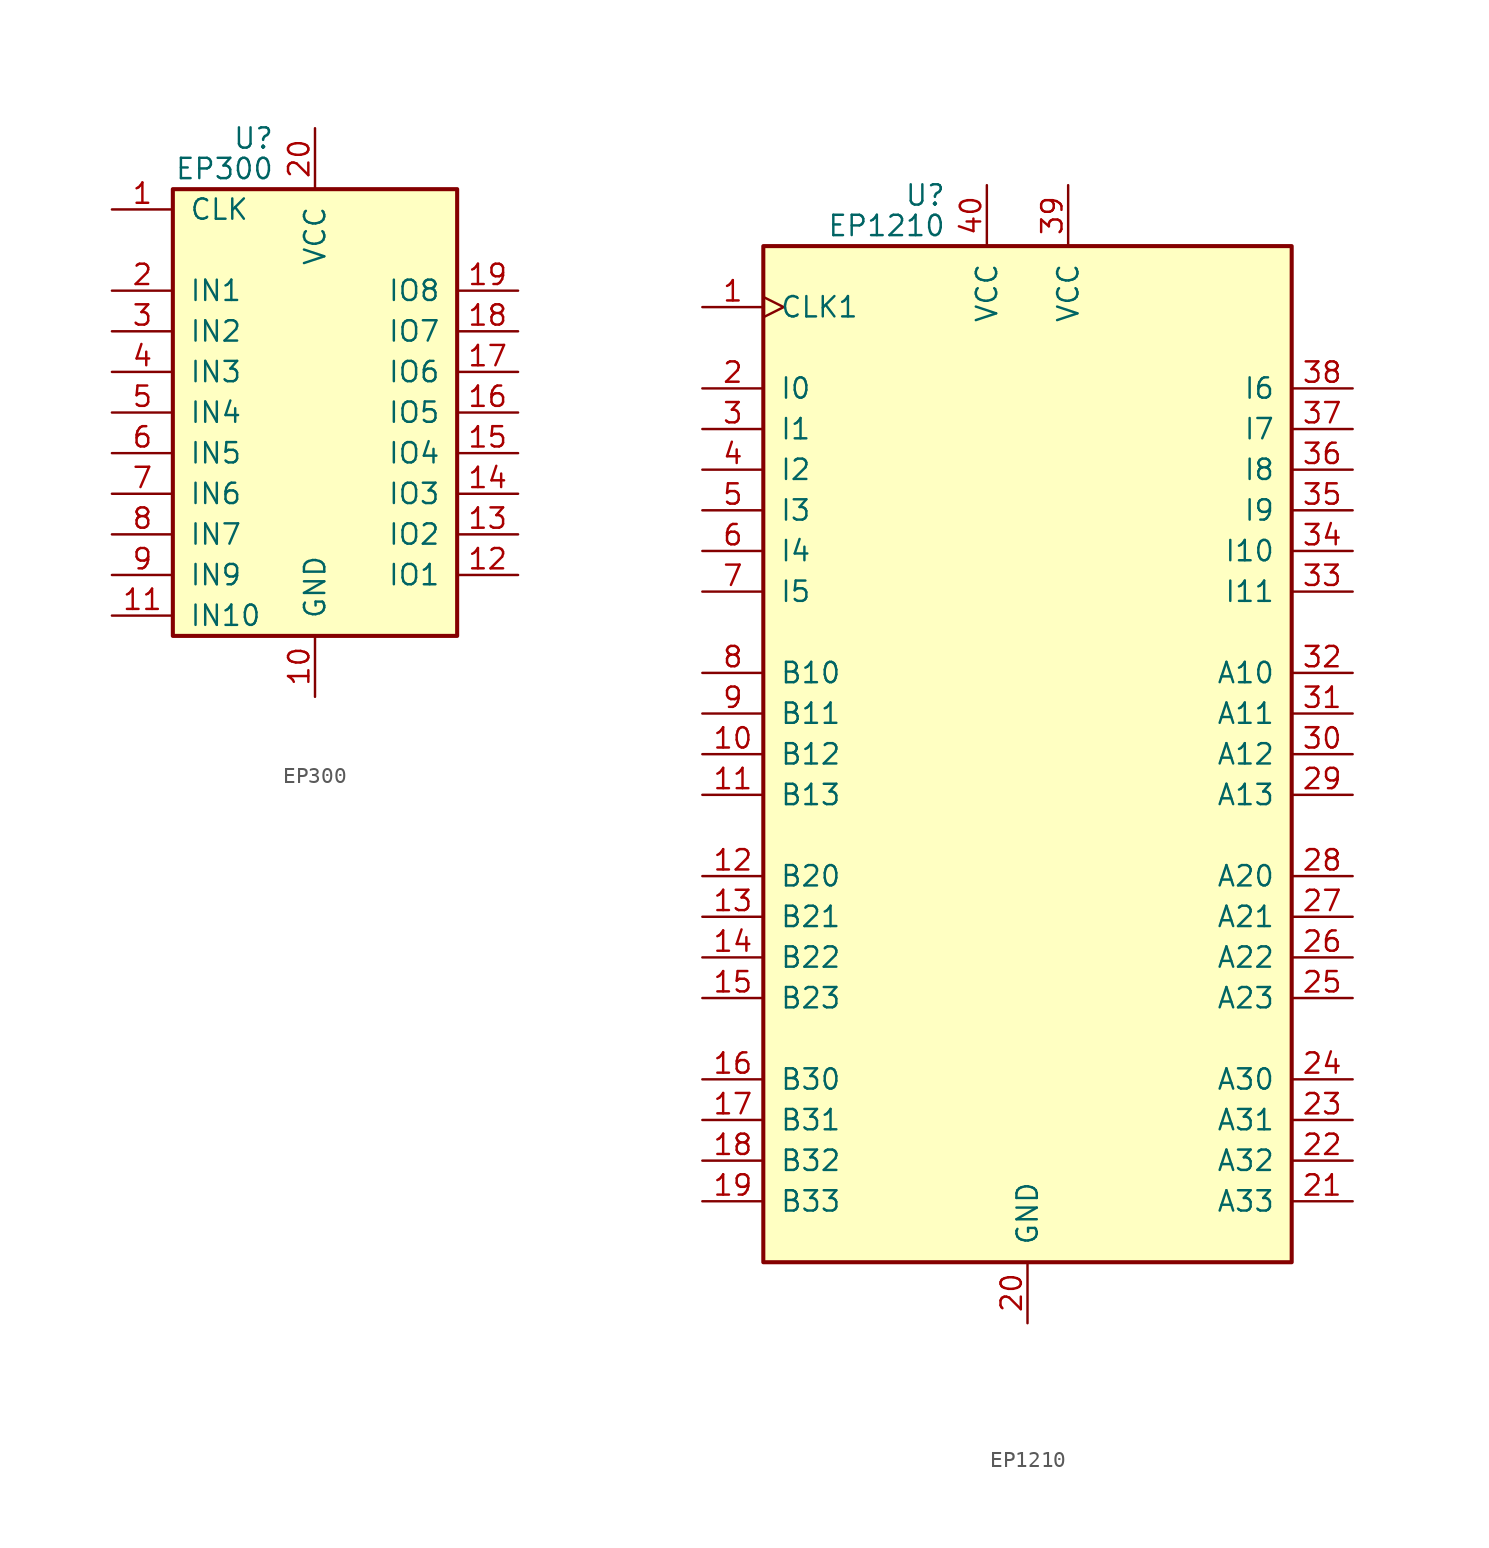
<source format=kicad_sym>
(kicad_symbol_lib
  (version 20201005)
  (generator kicad_symbol_editor)
  (symbol "CPLD_Altera:EP300"
    (pin_names
      (offset 1.016))
    (property "Reference" "U"
      (at -2.54 17.145 0)
      (effects (font (size 1.27 1.27)) (justify right)))
    (property "Value" "EP300"
      (at -2.54 15.24 0)
      (effects (font (size 1.27 1.27)) (justify right)))
    (symbol "EP300_0_1"
      (rectangle (start -8.89 -13.97) (end 8.89 13.97) (stroke (width 0.254)) (fill (type background))))
    (symbol "EP300_1_1"
      (pin input line (at -12.7 12.7 0) (length 3.81) (name "CLK" (effects (font (size 1.27 1.27)))) (number "1" (effects (font (size 1.27 1.27)))))
      (pin input line (at -12.7 7.62 0) (length 3.81) (name "IN1" (effects (font (size 1.27 1.27)))) (number "2" (effects (font (size 1.27 1.27)))))
      (pin input line (at -12.7 5.08 0) (length 3.81) (name "IN2" (effects (font (size 1.27 1.27)))) (number "3" (effects (font (size 1.27 1.27)))))
      (pin input line (at -12.7 2.54 0) (length 3.81) (name "IN3" (effects (font (size 1.27 1.27)))) (number "4" (effects (font (size 1.27 1.27)))))
      (pin input line (at -12.7 0 0) (length 3.81) (name "IN4" (effects (font (size 1.27 1.27)))) (number "5" (effects (font (size 1.27 1.27)))))
      (pin input line (at -12.7 -2.54 0) (length 3.81) (name "IN5" (effects (font (size 1.27 1.27)))) (number "6" (effects (font (size 1.27 1.27)))))
      (pin input line (at -12.7 -5.08 0) (length 3.81) (name "IN6" (effects (font (size 1.27 1.27)))) (number "7" (effects (font (size 1.27 1.27)))))
      (pin input line (at -12.7 -7.62 0) (length 3.81) (name "IN7" (effects (font (size 1.27 1.27)))) (number "8" (effects (font (size 1.27 1.27)))))
      (pin input line (at -12.7 -10.16 0) (length 3.81) (name "IN9" (effects (font (size 1.27 1.27)))) (number "9" (effects (font (size 1.27 1.27)))))
      (pin power_in line (at 0 -17.78 90) (length 3.81) (name "GND" (effects (font (size 1.27 1.27)))) (number "10" (effects (font (size 1.27 1.27)))))
      (pin power_in line (at 0 17.78 270) (length 3.81) (name "VCC" (effects (font (size 1.27 1.27)))) (number "20" (effects (font (size 1.27 1.27)))))
      (pin input line (at -12.7 -12.7 0) (length 3.81) (name "IN10" (effects (font (size 1.27 1.27)))) (number "11" (effects (font (size 1.27 1.27)))))
      (pin input line (at 12.7 -10.16 180) (length 3.81) (name "IO1" (effects (font (size 1.27 1.27)))) (number "12" (effects (font (size 1.27 1.27)))))
      (pin input line (at 12.7 -7.62 180) (length 3.81) (name "IO2" (effects (font (size 1.27 1.27)))) (number "13" (effects (font (size 1.27 1.27)))))
      (pin input line (at 12.7 -5.08 180) (length 3.81) (name "IO3" (effects (font (size 1.27 1.27)))) (number "14" (effects (font (size 1.27 1.27)))))
      (pin input line (at 12.7 -2.54 180) (length 3.81) (name "IO4" (effects (font (size 1.27 1.27)))) (number "15" (effects (font (size 1.27 1.27)))))
      (pin input line (at 12.7 0 180) (length 3.81) (name "IO5" (effects (font (size 1.27 1.27)))) (number "16" (effects (font (size 1.27 1.27)))))
      (pin input line (at 12.7 2.54 180) (length 3.81) (name "IO6" (effects (font (size 1.27 1.27)))) (number "17" (effects (font (size 1.27 1.27)))))
      (pin input line (at 12.7 5.08 180) (length 3.81) (name "IO7" (effects (font (size 1.27 1.27)))) (number "18" (effects (font (size 1.27 1.27)))))
      (pin input line (at 12.7 7.62 180) (length 3.81) (name "IO8" (effects (font (size 1.27 1.27)))) (number "19" (effects (font (size 1.27 1.27)))))))
  (symbol "CPLD_Altera:EP1210"
    (pin_names
      (offset 1.016))
    (property "Reference" "U"
      (at -5.08 34.925 0)
      (effects (font (size 1.27 1.27)) (justify right)))
    (property "Value" "EP1210"
      (at -5.08 33.02 0)
      (effects (font (size 1.27 1.27)) (justify right)))
    (symbol "EP1210_0_1"
      (rectangle (start -16.51 -31.75) (end 16.51 31.75) (stroke (width 0.254)) (fill (type background))))
    (symbol "EP1210_1_1"
      (pin input clock (at -20.32 27.94 0) (length 3.81) (name "CLK1" (effects (font (size 1.27 1.27)))) (number "1" (effects (font (size 1.27 1.27)))))
      (pin input line (at -20.32 22.86 0) (length 3.81) (name "I0" (effects (font (size 1.27 1.27)))) (number "2" (effects (font (size 1.27 1.27)))))
      (pin input line (at -20.32 20.32 0) (length 3.81) (name "I1" (effects (font (size 1.27 1.27)))) (number "3" (effects (font (size 1.27 1.27)))))
      (pin input line (at -20.32 17.78 0) (length 3.81) (name "I2" (effects (font (size 1.27 1.27)))) (number "4" (effects (font (size 1.27 1.27)))))
      (pin input line (at -20.32 15.24 0) (length 3.81) (name "I3" (effects (font (size 1.27 1.27)))) (number "5" (effects (font (size 1.27 1.27)))))
      (pin input line (at -20.32 12.7 0) (length 3.81) (name "I4" (effects (font (size 1.27 1.27)))) (number "6" (effects (font (size 1.27 1.27)))))
      (pin input line (at -20.32 10.16 0) (length 3.81) (name "I5" (effects (font (size 1.27 1.27)))) (number "7" (effects (font (size 1.27 1.27)))))
      (pin input line (at -20.32 5.08 0) (length 3.81) (name "B10" (effects (font (size 1.27 1.27)))) (number "8" (effects (font (size 1.27 1.27)))))
      (pin input line (at -20.32 2.54 0) (length 3.81) (name "B11" (effects (font (size 1.27 1.27)))) (number "9" (effects (font (size 1.27 1.27)))))
      (pin input line (at -20.32 0 0) (length 3.81) (name "B12" (effects (font (size 1.27 1.27)))) (number "10" (effects (font (size 1.27 1.27)))))
      (pin power_in line (at 0 -35.56 90) (length 3.81) (name "GND" (effects (font (size 1.27 1.27)))) (number "20" (effects (font (size 1.27 1.27)))))
      (pin input line (at 20.32 0 180) (length 3.81) (name "A12" (effects (font (size 1.27 1.27)))) (number "30" (effects (font (size 1.27 1.27)))))
      (pin power_in line (at -2.54 35.56 270) (length 3.81) (name "VCC" (effects (font (size 1.27 1.27)))) (number "40" (effects (font (size 1.27 1.27)))))
      (pin input line (at -20.32 -2.54 0) (length 3.81) (name "B13" (effects (font (size 1.27 1.27)))) (number "11" (effects (font (size 1.27 1.27)))))
      (pin input line (at 20.32 -27.94 180) (length 3.81) (name "A33" (effects (font (size 1.27 1.27)))) (number "21" (effects (font (size 1.27 1.27)))))
      (pin input line (at 20.32 2.54 180) (length 3.81) (name "A11" (effects (font (size 1.27 1.27)))) (number "31" (effects (font (size 1.27 1.27)))))
      (pin input line (at -20.32 -7.62 0) (length 3.81) (name "B20" (effects (font (size 1.27 1.27)))) (number "12" (effects (font (size 1.27 1.27)))))
      (pin input line (at 20.32 -25.4 180) (length 3.81) (name "A32" (effects (font (size 1.27 1.27)))) (number "22" (effects (font (size 1.27 1.27)))))
      (pin input line (at 20.32 5.08 180) (length 3.81) (name "A10" (effects (font (size 1.27 1.27)))) (number "32" (effects (font (size 1.27 1.27)))))
      (pin input line (at -20.32 -10.16 0) (length 3.81) (name "B21" (effects (font (size 1.27 1.27)))) (number "13" (effects (font (size 1.27 1.27)))))
      (pin input line (at 20.32 -22.86 180) (length 3.81) (name "A31" (effects (font (size 1.27 1.27)))) (number "23" (effects (font (size 1.27 1.27)))))
      (pin input line (at 20.32 10.16 180) (length 3.81) (name "I11" (effects (font (size 1.27 1.27)))) (number "33" (effects (font (size 1.27 1.27)))))
      (pin input line (at -20.32 -12.7 0) (length 3.81) (name "B22" (effects (font (size 1.27 1.27)))) (number "14" (effects (font (size 1.27 1.27)))))
      (pin input line (at 20.32 -20.32 180) (length 3.81) (name "A30" (effects (font (size 1.27 1.27)))) (number "24" (effects (font (size 1.27 1.27)))))
      (pin input line (at 20.32 12.7 180) (length 3.81) (name "I10" (effects (font (size 1.27 1.27)))) (number "34" (effects (font (size 1.27 1.27)))))
      (pin input line (at -20.32 -15.24 0) (length 3.81) (name "B23" (effects (font (size 1.27 1.27)))) (number "15" (effects (font (size 1.27 1.27)))))
      (pin input line (at 20.32 -15.24 180) (length 3.81) (name "A23" (effects (font (size 1.27 1.27)))) (number "25" (effects (font (size 1.27 1.27)))))
      (pin input line (at 20.32 15.24 180) (length 3.81) (name "I9" (effects (font (size 1.27 1.27)))) (number "35" (effects (font (size 1.27 1.27)))))
      (pin input line (at -20.32 -20.32 0) (length 3.81) (name "B30" (effects (font (size 1.27 1.27)))) (number "16" (effects (font (size 1.27 1.27)))))
      (pin input line (at 20.32 -12.7 180) (length 3.81) (name "A22" (effects (font (size 1.27 1.27)))) (number "26" (effects (font (size 1.27 1.27)))))
      (pin input line (at 20.32 17.78 180) (length 3.81) (name "I8" (effects (font (size 1.27 1.27)))) (number "36" (effects (font (size 1.27 1.27)))))
      (pin input line (at -20.32 -22.86 0) (length 3.81) (name "B31" (effects (font (size 1.27 1.27)))) (number "17" (effects (font (size 1.27 1.27)))))
      (pin input line (at 20.32 -10.16 180) (length 3.81) (name "A21" (effects (font (size 1.27 1.27)))) (number "27" (effects (font (size 1.27 1.27)))))
      (pin input line (at 20.32 20.32 180) (length 3.81) (name "I7" (effects (font (size 1.27 1.27)))) (number "37" (effects (font (size 1.27 1.27)))))
      (pin input line (at -20.32 -25.4 0) (length 3.81) (name "B32" (effects (font (size 1.27 1.27)))) (number "18" (effects (font (size 1.27 1.27)))))
      (pin input line (at 20.32 -7.62 180) (length 3.81) (name "A20" (effects (font (size 1.27 1.27)))) (number "28" (effects (font (size 1.27 1.27)))))
      (pin input line (at 20.32 22.86 180) (length 3.81) (name "I6" (effects (font (size 1.27 1.27)))) (number "38" (effects (font (size 1.27 1.27)))))
      (pin input line (at -20.32 -27.94 0) (length 3.81) (name "B33" (effects (font (size 1.27 1.27)))) (number "19" (effects (font (size 1.27 1.27)))))
      (pin input line (at 20.32 -2.54 180) (length 3.81) (name "A13" (effects (font (size 1.27 1.27)))) (number "29" (effects (font (size 1.27 1.27)))))
      (pin power_in line (at 2.54 35.56 270) (length 3.81) (name "VCC" (effects (font (size 1.27 1.27)))) (number "39" (effects (font (size 1.27 1.27))))))))
</source>
